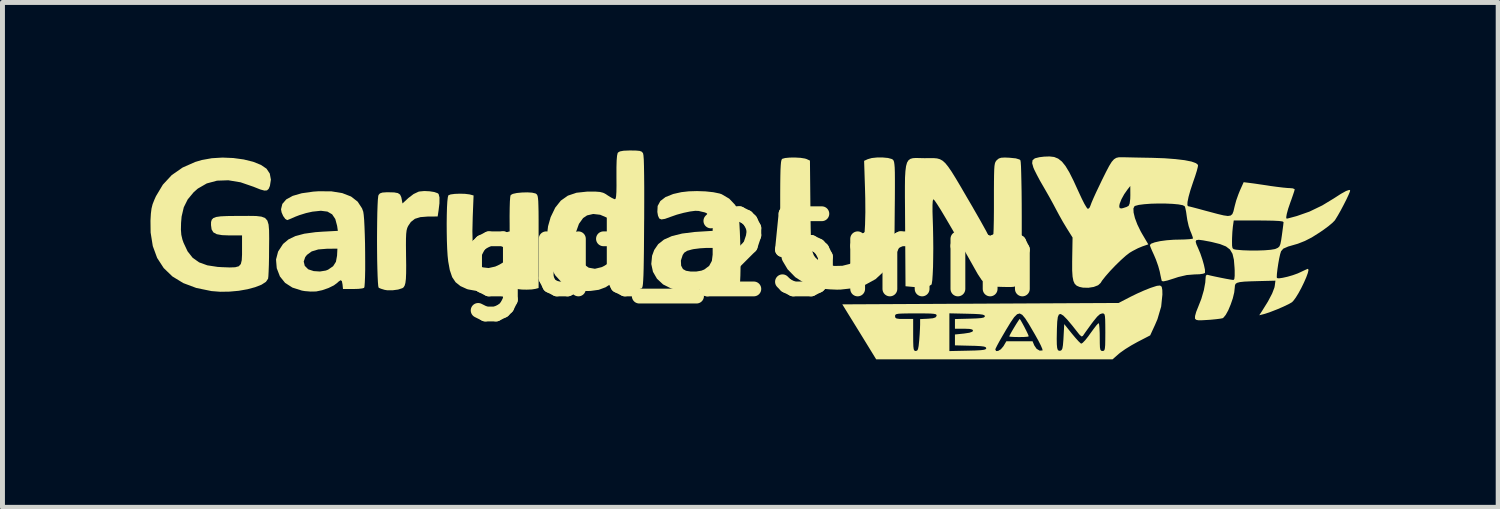
<source format=kicad_pcb>
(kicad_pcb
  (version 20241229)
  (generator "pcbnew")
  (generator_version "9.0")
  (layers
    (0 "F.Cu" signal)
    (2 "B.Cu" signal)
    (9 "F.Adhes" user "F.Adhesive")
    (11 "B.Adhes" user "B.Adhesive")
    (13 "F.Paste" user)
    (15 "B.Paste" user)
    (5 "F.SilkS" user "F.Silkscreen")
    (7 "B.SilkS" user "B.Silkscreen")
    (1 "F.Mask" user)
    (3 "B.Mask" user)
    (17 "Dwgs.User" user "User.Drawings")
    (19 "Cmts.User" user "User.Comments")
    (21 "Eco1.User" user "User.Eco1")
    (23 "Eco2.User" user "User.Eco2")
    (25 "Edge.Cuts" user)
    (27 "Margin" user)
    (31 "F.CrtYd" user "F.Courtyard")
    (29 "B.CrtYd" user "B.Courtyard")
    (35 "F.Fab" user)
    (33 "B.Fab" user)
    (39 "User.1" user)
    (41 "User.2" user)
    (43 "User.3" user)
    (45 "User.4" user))
  (footprint "gut_25mm"
    (layer "F.Cu")
    (at 12.157 2.117)
    (property "Reference" "gut_25mm" (at 0 0 0) (layer "F.SilkS") (effects (font (size 1.524 1.524) (thickness 0.3))))
    (attr board_only exclude_from_pos_files exclude_from_bom)
    (fp_poly (pts (xy 5.479 1.321) (xy 5.512 1.379) (xy 5.554 1.456) (xy 5.595 1.537) (xy 5.628 1.606) (xy 5.644 1.647) (xy 5.644 1.65) (xy 5.619 1.658) (xy 5.551 1.663) (xy 5.455 1.665) (xy 5.447 1.665) (xy 5.35 1.663) (xy 5.279 1.659) (xy 5.249 1.653) (xy 5.249 1.653) (xy 5.263 1.622) (xy 5.296 1.56) (xy 5.342 1.482) (xy 5.39 1.403) (xy 5.432 1.338) (xy 5.458 1.301) (xy 5.462 1.298)) (stroke (width 0) (type solid)) (fill yes) (layer "F.SilkS"))
    (fp_poly (pts (xy -6.501 -1.29) (xy -6.405 -1.275) (xy -6.337 -1.251) (xy -6.317 -1.235) (xy -6.299 -1.165) (xy -6.3 -1.047) (xy -6.317 -0.905) (xy -6.336 -0.779) (xy -6.535 -0.778) (xy -6.687 -0.766) (xy -6.797 -0.732) (xy -6.879 -0.668) (xy -6.935 -0.585) (xy -6.953 -0.545) (xy -6.966 -0.495) (xy -6.974 -0.427) (xy -6.978 -0.331) (xy -6.979 -0.198) (xy -6.977 -0.018) (xy -6.977 -0.001) (xy -6.974 0.208) (xy -6.975 0.369) (xy -6.98 0.487) (xy -6.99 0.569) (xy -7.006 0.624) (xy -7.028 0.658) (xy -7.051 0.674) (xy -7.137 0.702) (xy -7.25 0.717) (xy -7.362 0.716) (xy -7.411 0.708) (xy -7.483 0.686) (xy -7.531 0.666) (xy -7.54 0.633) (xy -7.547 0.552) (xy -7.553 0.431) (xy -7.558 0.278) (xy -7.562 0.101) (xy -7.564 -0.092) (xy -7.565 -0.292) (xy -7.564 -0.491) (xy -7.562 -0.682) (xy -7.559 -0.856) (xy -7.554 -1.004) (xy -7.548 -1.12) (xy -7.54 -1.194) (xy -7.534 -1.215) (xy -7.506 -1.247) (xy -7.456 -1.264) (xy -7.369 -1.27) (xy -7.339 -1.27) (xy -7.218 -1.267) (xy -7.142 -1.253) (xy -7.098 -1.223) (xy -7.074 -1.172) (xy -7.067 -1.14) (xy -7.049 -1.043) (xy -6.928 -1.155) (xy -6.824 -1.234) (xy -6.725 -1.281) (xy -6.703 -1.286) (xy -6.607 -1.295)) (stroke (width 0) (type solid)) (fill yes) (layer "F.SilkS"))
    (fp_poly (pts (xy -4.422 -1.262) (xy -4.354 -1.246) (xy -4.35 -1.244) (xy -4.334 -1.234) (xy -4.321 -1.219) (xy -4.31 -1.194) (xy -4.303 -1.153) (xy -4.297 -1.09) (xy -4.294 -0.999) (xy -4.291 -0.874) (xy -4.29 -0.71) (xy -4.29 -0.5) (xy -4.29 -0.27) (xy -4.29 0.671) (xy -4.353 0.688) (xy -4.43 0.7) (xy -4.531 0.704) (xy -4.631 0.702) (xy -4.708 0.693) (xy -4.724 0.689) (xy -4.759 0.652) (xy -4.784 0.584) (xy -4.786 0.576) (xy -4.802 0.512) (xy -4.817 0.48) (xy -4.819 0.48) (xy -4.849 0.495) (xy -4.906 0.534) (xy -4.929 0.552) (xy -5.112 0.659) (xy -5.313 0.721) (xy -5.519 0.735) (xy -5.719 0.699) (xy -5.742 0.692) (xy -5.874 0.632) (xy -5.972 0.554) (xy -6.042 0.45) (xy -6.09 0.308) (xy -6.122 0.132) (xy -6.134 0.02) (xy -6.143 -0.123) (xy -6.149 -0.287) (xy -6.152 -0.462) (xy -6.153 -0.639) (xy -6.151 -0.808) (xy -6.147 -0.959) (xy -6.14 -1.082) (xy -6.13 -1.168) (xy -6.119 -1.208) (xy -6.073 -1.226) (xy -5.989 -1.237) (xy -5.886 -1.241) (xy -5.781 -1.238) (xy -5.692 -1.227) (xy -5.675 -1.223) (xy -5.608 -1.205) (xy -5.625 -0.777) (xy -5.632 -0.482) (xy -5.627 -0.242) (xy -5.608 -0.052) (xy -5.577 0.087) (xy -5.533 0.179) (xy -5.517 0.196) (xy -5.423 0.252) (xy -5.304 0.266) (xy -5.169 0.236) (xy -5.084 0.197) (xy -5.017 0.157) (xy -4.965 0.118) (xy -4.927 0.073) (xy -4.902 0.012) (xy -4.886 -0.071) (xy -4.878 -0.185) (xy -4.875 -0.337) (xy -4.877 -0.536) (xy -4.877 -0.593) (xy -4.878 -0.788) (xy -4.876 -0.955) (xy -4.872 -1.086) (xy -4.865 -1.175) (xy -4.856 -1.213) (xy -4.814 -1.237) (xy -4.732 -1.255) (xy -4.628 -1.265) (xy -4.519 -1.268)) (stroke (width 0) (type solid)) (fill yes) (layer "F.SilkS"))
    (fp_poly (pts (xy 2.792 -1.965) (xy 2.869 -1.944) (xy 2.892 -1.93) (xy 2.905 -1.912) (xy 2.915 -1.883) (xy 2.922 -1.838) (xy 2.928 -1.769) (xy 2.931 -1.671) (xy 2.932 -1.539) (xy 2.932 -1.366) (xy 2.931 -1.147) (xy 2.929 -0.962) (xy 2.921 -0.041) (xy 2.826 0.151) (xy 2.703 0.34) (xy 2.54 0.491) (xy 2.338 0.602) (xy 2.099 0.673) (xy 1.827 0.703) (xy 1.754 0.704) (xy 1.613 0.698) (xy 1.474 0.686) (xy 1.358 0.668) (xy 1.326 0.66) (xy 1.104 0.575) (xy 0.912 0.451) (xy 0.757 0.291) (xy 0.656 0.122) (xy 0.642 0.088) (xy 0.632 0.045) (xy 0.623 -0.012) (xy 0.617 -0.089) (xy 0.613 -0.193) (xy 0.61 -0.33) (xy 0.608 -0.506) (xy 0.607 -0.727) (xy 0.607 -0.954) (xy 0.607 -1.217) (xy 0.608 -1.43) (xy 0.61 -1.597) (xy 0.613 -1.725) (xy 0.618 -1.817) (xy 0.624 -1.881) (xy 0.632 -1.92) (xy 0.642 -1.942) (xy 0.649 -1.948) (xy 0.706 -1.964) (xy 0.799 -1.973) (xy 0.91 -1.974) (xy 1.019 -1.968) (xy 1.107 -1.954) (xy 1.14 -1.944) (xy 1.21 -1.912) (xy 1.219 -1.005) (xy 1.222 -0.74) (xy 1.225 -0.526) (xy 1.23 -0.355) (xy 1.238 -0.223) (xy 1.25 -0.121) (xy 1.267 -0.046) (xy 1.29 0.011) (xy 1.321 0.054) (xy 1.361 0.091) (xy 1.41 0.127) (xy 1.432 0.142) (xy 1.557 0.198) (xy 1.709 0.224) (xy 1.868 0.22) (xy 2.015 0.183) (xy 2.06 0.162) (xy 2.146 0.104) (xy 2.218 0.035) (xy 2.238 0.007) (xy 2.269 -0.079) (xy 2.295 -0.214) (xy 2.314 -0.395) (xy 2.327 -0.614) (xy 2.333 -0.867) (xy 2.331 -1.148) (xy 2.326 -1.342) (xy 2.308 -1.907) (xy 2.383 -1.941) (xy 2.464 -1.964) (xy 2.571 -1.975) (xy 2.687 -1.975)) (stroke (width 0) (type solid)) (fill yes) (layer "F.SilkS"))
    (fp_poly (pts (xy -8.492 -1.289) (xy -8.27 -1.253) (xy -8.092 -1.184) (xy -7.958 -1.08) (xy -7.869 -0.944) (xy -7.844 -0.875) (xy -7.835 -0.814) (xy -7.826 -0.71) (xy -7.819 -0.572) (xy -7.813 -0.41) (xy -7.808 -0.233) (xy -7.806 -0.049) (xy -7.805 0.131) (xy -7.805 0.299) (xy -7.808 0.446) (xy -7.813 0.563) (xy -7.819 0.64) (xy -7.827 0.668) (xy -7.865 0.679) (xy -7.943 0.688) (xy -8.045 0.691) (xy -8.053 0.691) (xy -8.255 0.691) (xy -8.264 0.6) (xy -8.278 0.529) (xy -8.305 0.513) (xy -8.352 0.547) (xy -8.366 0.562) (xy -8.439 0.617) (xy -8.549 0.671) (xy -8.676 0.715) (xy -8.8 0.741) (xy -8.805 0.741) (xy -8.91 0.743) (xy -9.031 0.733) (xy -9.088 0.723) (xy -9.28 0.662) (xy -9.428 0.567) (xy -9.533 0.437) (xy -9.597 0.271) (xy -9.598 0.264) (xy -9.609 0.134) (xy -9.051 0.134) (xy -9.03 0.221) (xy -8.961 0.29) (xy -8.953 0.294) (xy -8.848 0.328) (xy -8.722 0.336) (xy -8.603 0.317) (xy -8.557 0.299) (xy -8.455 0.229) (xy -8.398 0.139) (xy -8.375 0.014) (xy -8.375 0.012) (xy -8.368 -0.127) (xy -8.58 -0.125) (xy -8.756 -0.111) (xy -8.889 -0.071) (xy -8.984 -0.002) (xy -9.02 0.043) (xy -9.051 0.134) (xy -9.609 0.134) (xy -9.612 0.092) (xy -9.57 -0.068) (xy -9.473 -0.217) (xy -9.464 -0.227) (xy -9.359 -0.315) (xy -9.219 -0.382) (xy -9.039 -0.43) (xy -8.813 -0.461) (xy -8.674 -0.471) (xy -8.359 -0.488) (xy -8.374 -0.59) (xy -8.411 -0.728) (xy -8.475 -0.823) (xy -8.57 -0.878) (xy -8.703 -0.895) (xy -8.874 -0.877) (xy -9.004 -0.848) (xy -9.139 -0.806) (xy -9.22 -0.775) (xy -9.304 -0.738) (xy -9.365 -0.713) (xy -9.386 -0.706) (xy -9.425 -0.73) (xy -9.467 -0.788) (xy -9.499 -0.861) (xy -9.511 -0.925) (xy -9.484 -1.034) (xy -9.405 -1.125) (xy -9.274 -1.197) (xy -9.091 -1.25) (xy -8.857 -1.283) (xy -8.756 -1.29)) (stroke (width 0) (type solid)) (fill yes) (layer "F.SilkS"))
    (fp_poly (pts (xy -0.907 -1.288) (xy -0.749 -1.271) (xy -0.622 -1.245) (xy -0.579 -1.23) (xy -0.426 -1.14) (xy -0.308 -1.016) (xy -0.258 -0.931) (xy -0.244 -0.873) (xy -0.231 -0.771) (xy -0.22 -0.633) (xy -0.211 -0.47) (xy -0.204 -0.289) (xy -0.199 -0.101) (xy -0.197 0.085) (xy -0.197 0.26) (xy -0.2 0.415) (xy -0.206 0.54) (xy -0.215 0.627) (xy -0.227 0.664) (xy -0.28 0.692) (xy -0.383 0.705) (xy -0.435 0.706) (xy -0.559 0.698) (xy -0.636 0.673) (xy -0.672 0.627) (xy -0.677 0.587) (xy -0.683 0.565) (xy -0.708 0.562) (xy -0.762 0.583) (xy -0.853 0.63) (xy -0.863 0.635) (xy -0.972 0.689) (xy -1.059 0.719) (xy -1.151 0.731) (xy -1.251 0.733) (xy -1.409 0.722) (xy -1.556 0.694) (xy -1.604 0.68) (xy -1.767 0.598) (xy -1.891 0.482) (xy -1.972 0.342) (xy -2.006 0.184) (xy -1.999 0.114) (xy -1.406 0.114) (xy -1.401 0.218) (xy -1.364 0.287) (xy -1.303 0.321) (xy -1.207 0.337) (xy -1.096 0.337) (xy -0.99 0.319) (xy -0.932 0.296) (xy -0.833 0.222) (xy -0.778 0.121) (xy -0.762 -0.006) (xy -0.762 -0.141) (xy -0.902 -0.141) (xy -1.019 -0.134) (xy -1.146 -0.118) (xy -1.184 -0.11) (xy -1.28 -0.083) (xy -1.338 -0.045) (xy -1.369 0.001) (xy -1.406 0.114) (xy -1.999 0.114) (xy -1.99 0.017) (xy -1.946 -0.101) (xy -1.866 -0.218) (xy -1.748 -0.311) (xy -1.588 -0.382) (xy -1.382 -0.433) (xy -1.128 -0.465) (xy -1.051 -0.47) (xy -0.762 -0.488) (xy -0.762 -0.57) (xy -0.779 -0.687) (xy -0.823 -0.785) (xy -0.888 -0.848) (xy -0.922 -0.862) (xy -0.996 -0.879) (xy -1.044 -0.891) (xy -1.114 -0.894) (xy -1.222 -0.88) (xy -1.351 -0.853) (xy -1.488 -0.816) (xy -1.614 -0.772) (xy -1.728 -0.731) (xy -1.801 -0.719) (xy -1.845 -0.739) (xy -1.87 -0.795) (xy -1.883 -0.871) (xy -1.877 -0.992) (xy -1.822 -1.093) (xy -1.717 -1.173) (xy -1.561 -1.235) (xy -1.397 -1.272) (xy -1.248 -1.289) (xy -1.079 -1.294)) (stroke (width 0) (type solid)) (fill yes) (layer "F.SilkS"))
    (fp_poly (pts (xy -10.478 -1.964) (xy -10.267 -1.935) (xy -10.076 -1.888) (xy -9.917 -1.824) (xy -9.805 -1.748) (xy -9.739 -1.649) (xy -9.716 -1.526) (xy -9.736 -1.399) (xy -9.761 -1.34) (xy -9.795 -1.308) (xy -9.847 -1.304) (xy -9.929 -1.326) (xy -10.05 -1.374) (xy -10.067 -1.381) (xy -10.331 -1.472) (xy -10.579 -1.513) (xy -10.808 -1.505) (xy -11.016 -1.449) (xy -11.198 -1.344) (xy -11.282 -1.27) (xy -11.403 -1.124) (xy -11.482 -0.965) (xy -11.526 -0.778) (xy -11.537 -0.649) (xy -11.54 -0.512) (xy -11.532 -0.407) (xy -11.51 -0.313) (xy -11.486 -0.245) (xy -11.405 -0.073) (xy -11.302 0.058) (xy -11.171 0.151) (xy -11.005 0.211) (xy -10.796 0.243) (xy -10.71 0.248) (xy -10.551 0.254) (xy -10.44 0.25) (xy -10.367 0.23) (xy -10.326 0.185) (xy -10.307 0.108) (xy -10.301 -0.007) (xy -10.301 -0.1) (xy -10.301 -0.395) (xy -10.552 -0.395) (xy -10.707 -0.401) (xy -10.814 -0.42) (xy -10.882 -0.457) (xy -10.918 -0.517) (xy -10.93 -0.604) (xy -10.93 -0.604) (xy -10.929 -0.667) (xy -10.915 -0.713) (xy -10.883 -0.747) (xy -10.825 -0.769) (xy -10.734 -0.782) (xy -10.603 -0.788) (xy -10.425 -0.79) (xy -10.355 -0.79) (xy -10.162 -0.791) (xy -10.015 -0.789) (xy -9.908 -0.776) (xy -9.834 -0.748) (xy -9.788 -0.696) (xy -9.763 -0.614) (xy -9.753 -0.496) (xy -9.751 -0.335) (xy -9.753 -0.137) (xy -9.754 0.038) (xy -9.757 0.198) (xy -9.762 0.332) (xy -9.767 0.43) (xy -9.773 0.482) (xy -9.774 0.483) (xy -9.817 0.546) (xy -9.907 0.604) (xy -10.035 0.654) (xy -10.192 0.696) (xy -10.368 0.727) (xy -10.555 0.744) (xy -10.742 0.747) (xy -10.92 0.733) (xy -11.228 0.67) (xy -11.492 0.571) (xy -11.713 0.436) (xy -11.889 0.266) (xy -12.022 0.061) (xy -12.11 -0.179) (xy -12.154 -0.454) (xy -12.157 -0.695) (xy -12.149 -0.836) (xy -12.136 -0.94) (xy -12.114 -1.028) (xy -12.077 -1.121) (xy -12.046 -1.19) (xy -11.906 -1.424) (xy -11.726 -1.618) (xy -11.506 -1.771) (xy -11.248 -1.885) (xy -11.115 -1.924) (xy -10.914 -1.96) (xy -10.697 -1.973)) (stroke (width 0) (type solid)) (fill yes) (layer "F.SilkS"))
    (fp_poly (pts (xy -2.311 -2.115) (xy -2.24 -2.108) (xy -2.199 -2.092) (xy -2.176 -2.065) (xy -2.173 -2.06) (xy -2.165 -2.02) (xy -2.158 -1.932) (xy -2.154 -1.796) (xy -2.151 -1.609) (xy -2.149 -1.37) (xy -2.149 -1.077) (xy -2.15 -0.73) (xy -2.151 -0.676) (xy -2.153 -0.363) (xy -2.155 -0.102) (xy -2.158 0.112) (xy -2.161 0.283) (xy -2.165 0.417) (xy -2.17 0.517) (xy -2.175 0.588) (xy -2.182 0.636) (xy -2.191 0.664) (xy -2.201 0.677) (xy -2.201 0.678) (xy -2.252 0.693) (xy -2.337 0.703) (xy -2.404 0.705) (xy -2.531 0.694) (xy -2.61 0.658) (xy -2.648 0.594) (xy -2.653 0.548) (xy -2.656 0.5) (xy -2.673 0.485) (xy -2.713 0.504) (xy -2.785 0.557) (xy -2.799 0.569) (xy -2.931 0.655) (xy -3.07 0.707) (xy -3.236 0.73) (xy -3.316 0.732) (xy -3.459 0.725) (xy -3.576 0.699) (xy -3.655 0.667) (xy -3.817 0.562) (xy -3.952 0.414) (xy -4.04 0.258) (xy -4.096 0.075) (xy -4.124 -0.139) (xy -4.125 -0.311) (xy -3.547 -0.311) (xy -3.535 -0.138) (xy -3.487 0.024) (xy -3.472 0.056) (xy -3.383 0.183) (xy -3.274 0.259) (xy -3.149 0.281) (xy -3.012 0.248) (xy -2.952 0.218) (xy -2.847 0.147) (xy -2.778 0.068) (xy -2.737 -0.033) (xy -2.717 -0.171) (xy -2.713 -0.232) (xy -2.712 -0.405) (xy -2.727 -0.534) (xy -2.764 -0.629) (xy -2.825 -0.701) (xy -2.895 -0.751) (xy -3.042 -0.814) (xy -3.183 -0.83) (xy -3.308 -0.801) (xy -3.388 -0.747) (xy -3.472 -0.63) (xy -3.526 -0.48) (xy -3.547 -0.311) (xy -4.125 -0.311) (xy -4.125 -0.364) (xy -4.098 -0.582) (xy -4.046 -0.765) (xy -3.953 -0.958) (xy -3.839 -1.101) (xy -3.697 -1.201) (xy -3.523 -1.26) (xy -3.309 -1.283) (xy -3.257 -1.284) (xy -3.131 -1.283) (xy -3.045 -1.276) (xy -2.982 -1.26) (xy -2.927 -1.232) (xy -2.889 -1.206) (xy -2.816 -1.161) (xy -2.759 -1.133) (xy -2.742 -1.129) (xy -2.728 -1.143) (xy -2.719 -1.19) (xy -2.713 -1.276) (xy -2.711 -1.407) (xy -2.712 -1.581) (xy -2.712 -1.773) (xy -2.708 -1.914) (xy -2.7 -2.009) (xy -2.688 -2.063) (xy -2.681 -2.075) (xy -2.642 -2.098) (xy -2.568 -2.112) (xy -2.448 -2.117) (xy -2.425 -2.117)) (stroke (width 0) (type solid)) (fill yes) (layer "F.SilkS"))
    (fp_poly (pts (xy 5.254 -1.97) (xy 5.383 -1.957) (xy 5.458 -1.934) (xy 5.476 -1.918) (xy 5.482 -1.881) (xy 5.488 -1.793) (xy 5.492 -1.659) (xy 5.496 -1.485) (xy 5.5 -1.276) (xy 5.502 -1.037) (xy 5.503 -0.774) (xy 5.503 -0.688) (xy 5.503 -0.378) (xy 5.503 -0.12) (xy 5.502 0.091) (xy 5.498 0.26) (xy 5.489 0.391) (xy 5.475 0.489) (xy 5.454 0.559) (xy 5.425 0.606) (xy 5.386 0.633) (xy 5.336 0.647) (xy 5.274 0.651) (xy 5.199 0.65) (xy 5.127 0.649) (xy 4.969 0.644) (xy 4.852 0.624) (xy 4.764 0.581) (xy 4.689 0.506) (xy 4.614 0.393) (xy 4.586 0.344) (xy 4.399 0.012) (xy 4.232 -0.281) (xy 4.086 -0.533) (xy 3.963 -0.743) (xy 3.864 -0.909) (xy 3.788 -1.029) (xy 3.737 -1.103) (xy 3.712 -1.129) (xy 3.711 -1.129) (xy 3.699 -1.094) (xy 3.694 -1.009) (xy 3.694 -0.879) (xy 3.697 -0.776) (xy 3.704 -0.564) (xy 3.708 -0.348) (xy 3.71 -0.137) (xy 3.708 0.063) (xy 3.705 0.243) (xy 3.698 0.395) (xy 3.69 0.511) (xy 3.679 0.584) (xy 3.672 0.603) (xy 3.606 0.64) (xy 3.489 0.656) (xy 3.321 0.651) (xy 3.302 0.649) (xy 3.147 0.635) (xy 3.139 -0.609) (xy 3.137 -0.921) (xy 3.135 -1.182) (xy 3.135 -1.395) (xy 3.137 -1.566) (xy 3.145 -1.699) (xy 3.158 -1.799) (xy 3.178 -1.871) (xy 3.207 -1.918) (xy 3.246 -1.947) (xy 3.296 -1.961) (xy 3.359 -1.965) (xy 3.436 -1.963) (xy 3.529 -1.961) (xy 3.543 -1.961) (xy 3.639 -1.962) (xy 3.719 -1.962) (xy 3.786 -1.956) (xy 3.844 -1.94) (xy 3.898 -1.91) (xy 3.953 -1.861) (xy 4.012 -1.788) (xy 4.081 -1.688) (xy 4.163 -1.556) (xy 4.263 -1.388) (xy 4.385 -1.178) (xy 4.48 -1.016) (xy 4.568 -0.863) (xy 4.653 -0.715) (xy 4.726 -0.584) (xy 4.783 -0.481) (xy 4.809 -0.43) (xy 4.853 -0.351) (xy 4.892 -0.297) (xy 4.911 -0.282) (xy 4.92 -0.31) (xy 4.927 -0.391) (xy 4.933 -0.523) (xy 4.937 -0.703) (xy 4.939 -0.927) (xy 4.939 -1.072) (xy 4.939 -1.304) (xy 4.94 -1.487) (xy 4.942 -1.626) (xy 4.945 -1.728) (xy 4.95 -1.801) (xy 4.958 -1.85) (xy 4.969 -1.883) (xy 4.983 -1.905) (xy 4.998 -1.922) (xy 5.038 -1.954) (xy 5.086 -1.97) (xy 5.161 -1.974)) (stroke (width 0) (type solid)) (fill yes) (layer "F.SilkS"))
    (fp_poly (pts (xy 8.34 0.645) (xy 8.352 0.711) (xy 8.354 0.803) (xy 8.329 1.047) (xy 8.254 1.302) (xy 8.202 1.423) (xy 8.106 1.631) (xy 7.851 1.763) (xy 7.725 1.833) (xy 7.602 1.909) (xy 7.503 1.979) (xy 7.469 2.006) (xy 7.343 2.117) (xy 2.553 2.117) (xy 2.21 1.559) (xy 2.014 1.242) (xy 2.935 1.242) (xy 2.941 1.272) (xy 2.966 1.289) (xy 3.024 1.297) (xy 3.119 1.298) (xy 3.302 1.298) (xy 3.302 1.623) (xy 3.303 1.763) (xy 3.306 1.855) (xy 3.313 1.911) (xy 3.326 1.938) (xy 3.345 1.947) (xy 3.354 1.947) (xy 3.382 1.94) (xy 3.4 1.91) (xy 3.413 1.846) (xy 3.424 1.737) (xy 3.425 1.731) (xy 3.434 1.61) (xy 3.44 1.494) (xy 3.443 1.411) (xy 3.443 1.408) (xy 3.443 1.301) (xy 3.605 1.293) (xy 3.702 1.284) (xy 3.754 1.267) (xy 3.776 1.239) (xy 3.777 1.235) (xy 3.776 1.216) (xy 3.76 1.202) (xy 3.722 1.194) (xy 3.652 1.188) (xy 3.543 1.186) (xy 3.388 1.185) (xy 3.361 1.185) (xy 3.197 1.186) (xy 3.082 1.188) (xy 3.007 1.192) (xy 2.963 1.2) (xy 2.942 1.213) (xy 2.935 1.232) (xy 2.935 1.242) (xy 2.014 1.242) (xy 1.978 1.184) (xy 4.036 1.184) (xy 4.036 1.949) (xy 4.41 1.941) (xy 4.565 1.937) (xy 4.671 1.931) (xy 4.738 1.923) (xy 4.752 1.918) (xy 4.967 1.918) (xy 4.984 1.949) (xy 5.026 1.945) (xy 5.079 1.913) (xy 5.127 1.857) (xy 5.133 1.849) (xy 5.191 1.75) (xy 5.722 1.75) (xy 5.757 1.834) (xy 5.804 1.903) (xy 5.865 1.94) (xy 5.923 1.936) (xy 5.925 1.934) (xy 5.92 1.906) (xy 5.891 1.838) (xy 5.841 1.739) (xy 5.819 1.7) (xy 6.212 1.7) (xy 6.214 1.814) (xy 6.221 1.887) (xy 6.235 1.928) (xy 6.258 1.943) (xy 6.286 1.942) (xy 6.31 1.929) (xy 6.327 1.895) (xy 6.338 1.83) (xy 6.347 1.722) (xy 6.35 1.667) (xy 6.364 1.402) (xy 6.519 1.595) (xy 6.593 1.683) (xy 6.656 1.753) (xy 6.699 1.793) (xy 6.708 1.799) (xy 6.738 1.782) (xy 6.79 1.728) (xy 6.855 1.646) (xy 6.89 1.596) (xy 6.958 1.503) (xy 7.014 1.43) (xy 7.052 1.389) (xy 7.061 1.383) (xy 7.071 1.409) (xy 7.078 1.48) (xy 7.083 1.583) (xy 7.084 1.665) (xy 7.085 1.794) (xy 7.088 1.876) (xy 7.097 1.922) (xy 7.113 1.942) (xy 7.137 1.947) (xy 7.14 1.947) (xy 7.163 1.944) (xy 7.179 1.929) (xy 7.188 1.894) (xy 7.194 1.828) (xy 7.196 1.725) (xy 7.197 1.574) (xy 7.197 1.566) (xy 7.196 1.413) (xy 7.194 1.308) (xy 7.189 1.242) (xy 7.18 1.205) (xy 7.164 1.189) (xy 7.141 1.186) (xy 7.133 1.186) (xy 7.088 1.201) (xy 7.031 1.252) (xy 6.956 1.344) (xy 6.918 1.394) (xy 6.848 1.491) (xy 6.789 1.573) (xy 6.751 1.628) (xy 6.743 1.64) (xy 6.718 1.654) (xy 6.68 1.624) (xy 6.655 1.594) (xy 6.524 1.428) (xy 6.422 1.307) (xy 6.346 1.23) (xy 6.292 1.197) (xy 6.256 1.207) (xy 6.234 1.26) (xy 6.222 1.354) (xy 6.216 1.491) (xy 6.215 1.537) (xy 6.212 1.7) (xy 5.819 1.7) (xy 5.774 1.619) (xy 5.735 1.552) (xy 5.645 1.398) (xy 5.573 1.286) (xy 5.514 1.215) (xy 5.462 1.187) (xy 5.409 1.202) (xy 5.349 1.262) (xy 5.277 1.367) (xy 5.185 1.518) (xy 5.112 1.643) (xy 5.051 1.749) (xy 5.003 1.838) (xy 4.973 1.899) (xy 4.967 1.918) (xy 4.752 1.918) (xy 4.773 1.91) (xy 4.784 1.893) (xy 4.784 1.891) (xy 4.774 1.872) (xy 4.74 1.858) (xy 4.672 1.849) (xy 4.562 1.843) (xy 4.466 1.841) (xy 4.149 1.833) (xy 4.149 1.613) (xy 4.332 1.594) (xy 4.443 1.577) (xy 4.502 1.556) (xy 4.516 1.535) (xy 4.5 1.512) (xy 4.447 1.5) (xy 4.348 1.496) (xy 4.332 1.496) (xy 4.149 1.496) (xy 4.149 1.3) (xy 4.452 1.292) (xy 4.59 1.287) (xy 4.68 1.28) (xy 4.732 1.269) (xy 4.753 1.253) (xy 4.755 1.242) (xy 4.747 1.224) (xy 4.714 1.211) (xy 4.651 1.202) (xy 4.547 1.196) (xy 4.396 1.192) (xy 4.396 1.192) (xy 4.036 1.184) (xy 1.978 1.184) (xy 1.866 1.002) (xy 4.666 0.988) (xy 7.465 0.974) (xy 7.705 0.85) (xy 7.838 0.785) (xy 7.979 0.722) (xy 8.104 0.672) (xy 8.133 0.662) (xy 8.241 0.627) (xy 8.306 0.62)) (stroke (width 0) (type solid)) (fill yes) (layer "F.SilkS"))
    (fp_poly (pts (xy 6.16 -1.985) (xy 6.241 -1.952) (xy 6.316 -1.893) (xy 6.389 -1.803) (xy 6.466 -1.676) (xy 6.551 -1.507) (xy 6.65 -1.291) (xy 6.663 -1.263) (xy 6.721 -1.138) (xy 6.773 -1.035) (xy 6.816 -0.963) (xy 6.843 -0.932) (xy 6.845 -0.931) (xy 6.876 -0.956) (xy 6.891 -0.988) (xy 7.479 -0.988) (xy 7.488 -0.949) (xy 7.524 -0.942) (xy 7.556 -0.949) (xy 7.627 -0.972) (xy 7.669 -0.995) (xy 7.69 -1.041) (xy 7.702 -1.134) (xy 7.704 -1.21) (xy 7.703 -1.397) (xy 7.647 -1.326) (xy 7.58 -1.231) (xy 7.524 -1.129) (xy 7.488 -1.037) (xy 7.479 -0.988) (xy 6.891 -0.988) (xy 6.899 -1.009) (xy 6.918 -1.06) (xy 6.957 -1.151) (xy 7.012 -1.272) (xy 7.079 -1.412) (xy 7.129 -1.517) (xy 7.211 -1.682) (xy 7.274 -1.802) (xy 7.326 -1.886) (xy 7.372 -1.938) (xy 7.418 -1.967) (xy 7.47 -1.979) (xy 7.535 -1.98) (xy 7.542 -1.98) (xy 7.59 -1.979) (xy 7.684 -1.977) (xy 7.814 -1.974) (xy 7.97 -1.971) (xy 8.142 -1.968) (xy 8.399 -1.959) (xy 8.621 -1.942) (xy 8.805 -1.92) (xy 8.945 -1.892) (xy 9.037 -1.858) (xy 9.076 -1.823) (xy 9.072 -1.785) (xy 9.052 -1.706) (xy 9.018 -1.597) (xy 8.975 -1.473) (xy 8.922 -1.313) (xy 8.884 -1.177) (xy 8.863 -1.073) (xy 8.86 -1.008) (xy 8.874 -0.988) (xy 8.905 -0.981) (xy 8.98 -0.962) (xy 9.09 -0.933) (xy 9.225 -0.896) (xy 9.305 -0.875) (xy 9.473 -0.83) (xy 9.596 -0.801) (xy 9.681 -0.789) (xy 9.737 -0.798) (xy 9.772 -0.828) (xy 9.794 -0.883) (xy 9.813 -0.963) (xy 9.821 -0.996) (xy 9.85 -1.104) (xy 9.894 -1.228) (xy 9.926 -1.307) (xy 10.001 -1.474) (xy 10.13 -1.458) (xy 10.215 -1.447) (xy 10.336 -1.429) (xy 10.473 -1.409) (xy 10.541 -1.398) (xy 10.674 -1.38) (xy 10.798 -1.365) (xy 10.895 -1.356) (xy 10.929 -1.355) (xy 10.997 -1.349) (xy 11.033 -1.333) (xy 11.035 -1.328) (xy 11.026 -1.291) (xy 11.001 -1.216) (xy 10.966 -1.115) (xy 10.95 -1.072) (xy 10.904 -0.938) (xy 10.875 -0.832) (xy 10.863 -0.761) (xy 10.872 -0.734) (xy 10.873 -0.734) (xy 10.902 -0.741) (xy 10.971 -0.759) (xy 11.067 -0.785) (xy 11.087 -0.791) (xy 11.335 -0.878) (xy 11.594 -1.003) (xy 11.825 -1.143) (xy 11.971 -1.237) (xy 12.075 -1.295) (xy 12.139 -1.317) (xy 12.159 -1.312) (xy 12.154 -1.282) (xy 12.126 -1.215) (xy 12.082 -1.121) (xy 12.027 -1.013) (xy 11.968 -0.901) (xy 11.91 -0.799) (xy 11.859 -0.716) (xy 11.847 -0.698) (xy 11.801 -0.651) (xy 11.72 -0.583) (xy 11.617 -0.507) (xy 11.538 -0.453) (xy 11.381 -0.354) (xy 11.242 -0.283) (xy 11.1 -0.227) (xy 10.931 -0.178) (xy 10.905 -0.171) (xy 10.804 -0.127) (xy 10.759 -0.074) (xy 10.741 -0.016) (xy 10.721 0.073) (xy 10.702 0.18) (xy 10.686 0.288) (xy 10.675 0.382) (xy 10.672 0.448) (xy 10.676 0.469) (xy 10.715 0.475) (xy 10.791 0.464) (xy 10.89 0.442) (xy 10.997 0.411) (xy 11.097 0.375) (xy 11.154 0.349) (xy 11.232 0.312) (xy 11.288 0.287) (xy 11.305 0.282) (xy 11.315 0.305) (xy 11.302 0.365) (xy 11.27 0.453) (xy 11.224 0.558) (xy 11.17 0.669) (xy 11.112 0.776) (xy 11.055 0.868) (xy 11.005 0.934) (xy 10.98 0.959) (xy 10.91 0.999) (xy 10.805 1.049) (xy 10.68 1.103) (xy 10.554 1.152) (xy 10.444 1.19) (xy 10.401 1.202) (xy 10.317 1.223) (xy 10.371 1.141) (xy 10.494 0.943) (xy 10.578 0.783) (xy 10.624 0.663) (xy 10.631 0.629) (xy 10.645 0.522) (xy 10.325 0.53) (xy 10.145 0.535) (xy 10.014 0.541) (xy 9.924 0.551) (xy 9.867 0.566) (xy 9.836 0.588) (xy 9.824 0.62) (xy 9.821 0.657) (xy 9.81 0.759) (xy 9.781 0.88) (xy 9.738 1.005) (xy 9.689 1.122) (xy 9.637 1.216) (xy 9.589 1.274) (xy 9.574 1.283) (xy 9.528 1.292) (xy 9.441 1.303) (xy 9.329 1.314) (xy 9.282 1.317) (xy 9.161 1.324) (xy 9.084 1.325) (xy 9.041 1.316) (xy 9.02 1.298) (xy 9.014 1.287) (xy 9.016 1.237) (xy 9.039 1.154) (xy 9.075 1.064) (xy 9.143 0.891) (xy 9.194 0.716) (xy 9.223 0.559) (xy 9.228 0.485) (xy 9.234 0.422) (xy 9.256 0.402) (xy 9.278 0.406) (xy 9.336 0.42) (xy 9.427 0.44) (xy 9.534 0.462) (xy 9.64 0.483) (xy 9.73 0.499) (xy 9.787 0.507) (xy 9.795 0.508) (xy 9.812 0.488) (xy 9.819 0.425) (xy 9.819 0.314) (xy 9.816 0.258) (xy 9.803 0.097) (xy 9.775 -0.022) (xy 9.724 -0.109) (xy 9.642 -0.172) (xy 9.521 -0.22) (xy 9.353 -0.262) (xy 9.32 -0.269) (xy 9.26 -0.28) (xy 9.765 -0.28) (xy 9.766 -0.188) (xy 9.775 -0.138) (xy 9.799 -0.116) (xy 9.846 -0.106) (xy 9.857 -0.105) (xy 9.983 -0.094) (xy 10.13 -0.089) (xy 10.283 -0.089) (xy 10.427 -0.094) (xy 10.548 -0.104) (xy 10.632 -0.118) (xy 10.65 -0.124) (xy 10.696 -0.145) (xy 10.726 -0.173) (xy 10.745 -0.219) (xy 10.761 -0.297) (xy 10.776 -0.399) (xy 10.791 -0.511) (xy 10.803 -0.602) (xy 10.809 -0.658) (xy 10.809 -0.666) (xy 10.787 -0.679) (xy 10.717 -0.688) (xy 10.598 -0.694) (xy 10.427 -0.697) (xy 10.304 -0.698) (xy 9.8 -0.698) (xy 9.782 -0.571) (xy 9.772 -0.466) (xy 9.766 -0.343) (xy 9.765 -0.28) (xy 9.26 -0.28) (xy 9.18 -0.295) (xy 9.09 -0.307) (xy 9.041 -0.299) (xy 9.028 -0.269) (xy 9.044 -0.213) (xy 9.076 -0.141) (xy 9.123 -0.029) (xy 9.164 0.091) (xy 9.196 0.204) (xy 9.216 0.298) (xy 9.218 0.358) (xy 9.215 0.367) (xy 9.179 0.381) (xy 9.104 0.392) (xy 9.008 0.395) (xy 8.847 0.408) (xy 8.676 0.448) (xy 8.585 0.478) (xy 8.455 0.519) (xy 8.375 0.536) (xy 8.342 0.529) (xy 8.341 0.527) (xy 8.33 0.482) (xy 8.313 0.403) (xy 8.3 0.337) (xy 8.269 0.225) (xy 8.223 0.095) (xy 8.184 0.003) (xy 8.142 -0.089) (xy 8.112 -0.161) (xy 8.1 -0.199) (xy 8.1 -0.199) (xy 8.126 -0.228) (xy 8.199 -0.255) (xy 8.306 -0.279) (xy 8.439 -0.297) (xy 8.586 -0.308) (xy 8.683 -0.31) (xy 8.804 -0.313) (xy 8.9 -0.319) (xy 8.96 -0.327) (xy 8.975 -0.335) (xy 8.964 -0.374) (xy 8.938 -0.444) (xy 8.921 -0.483) (xy 8.887 -0.583) (xy 8.859 -0.706) (xy 8.848 -0.778) (xy 8.834 -0.876) (xy 8.818 -0.953) (xy 8.806 -0.987) (xy 8.765 -1.008) (xy 8.679 -1.024) (xy 8.561 -1.035) (xy 8.421 -1.041) (xy 8.271 -1.042) (xy 8.122 -1.038) (xy 7.987 -1.028) (xy 7.876 -1.014) (xy 7.802 -0.994) (xy 7.789 -0.988) (xy 7.766 -0.942) (xy 7.77 -0.859) (xy 7.797 -0.747) (xy 7.846 -0.617) (xy 7.913 -0.479) (xy 7.942 -0.428) (xy 8.068 -0.214) (xy 7.951 -0.174) (xy 7.859 -0.136) (xy 7.751 -0.08) (xy 7.689 -0.043) (xy 7.611 0.017) (xy 7.512 0.106) (xy 7.403 0.212) (xy 7.296 0.324) (xy 7.202 0.431) (xy 7.131 0.521) (xy 7.101 0.569) (xy 7.05 0.615) (xy 6.962 0.649) (xy 6.853 0.666) (xy 6.742 0.663) (xy 6.672 0.648) (xy 6.617 0.624) (xy 6.577 0.586) (xy 6.55 0.527) (xy 6.533 0.439) (xy 6.525 0.314) (xy 6.525 0.143) (xy 6.526 0.056) (xy 6.533 -0.353) (xy 6.414 -0.543) (xy 6.338 -0.669) (xy 6.259 -0.81) (xy 6.198 -0.924) (xy 6.14 -1.033) (xy 6.065 -1.17) (xy 5.985 -1.31) (xy 5.944 -1.381) (xy 5.873 -1.504) (xy 5.809 -1.624) (xy 5.759 -1.724) (xy 5.739 -1.77) (xy 5.714 -1.859) (xy 5.722 -1.919) (xy 5.769 -1.958) (xy 5.862 -1.981) (xy 5.956 -1.992) (xy 6.067 -1.996)) (stroke (width 0) (type solid)) (fill yes) (layer "F.SilkS")))
  (gr_rect
    (start -3 -3)
    (end 27.317 7.233)
    (stroke (width 0.1) (type default))
    (fill no)
    (layer "Edge.Cuts")))
</source>
